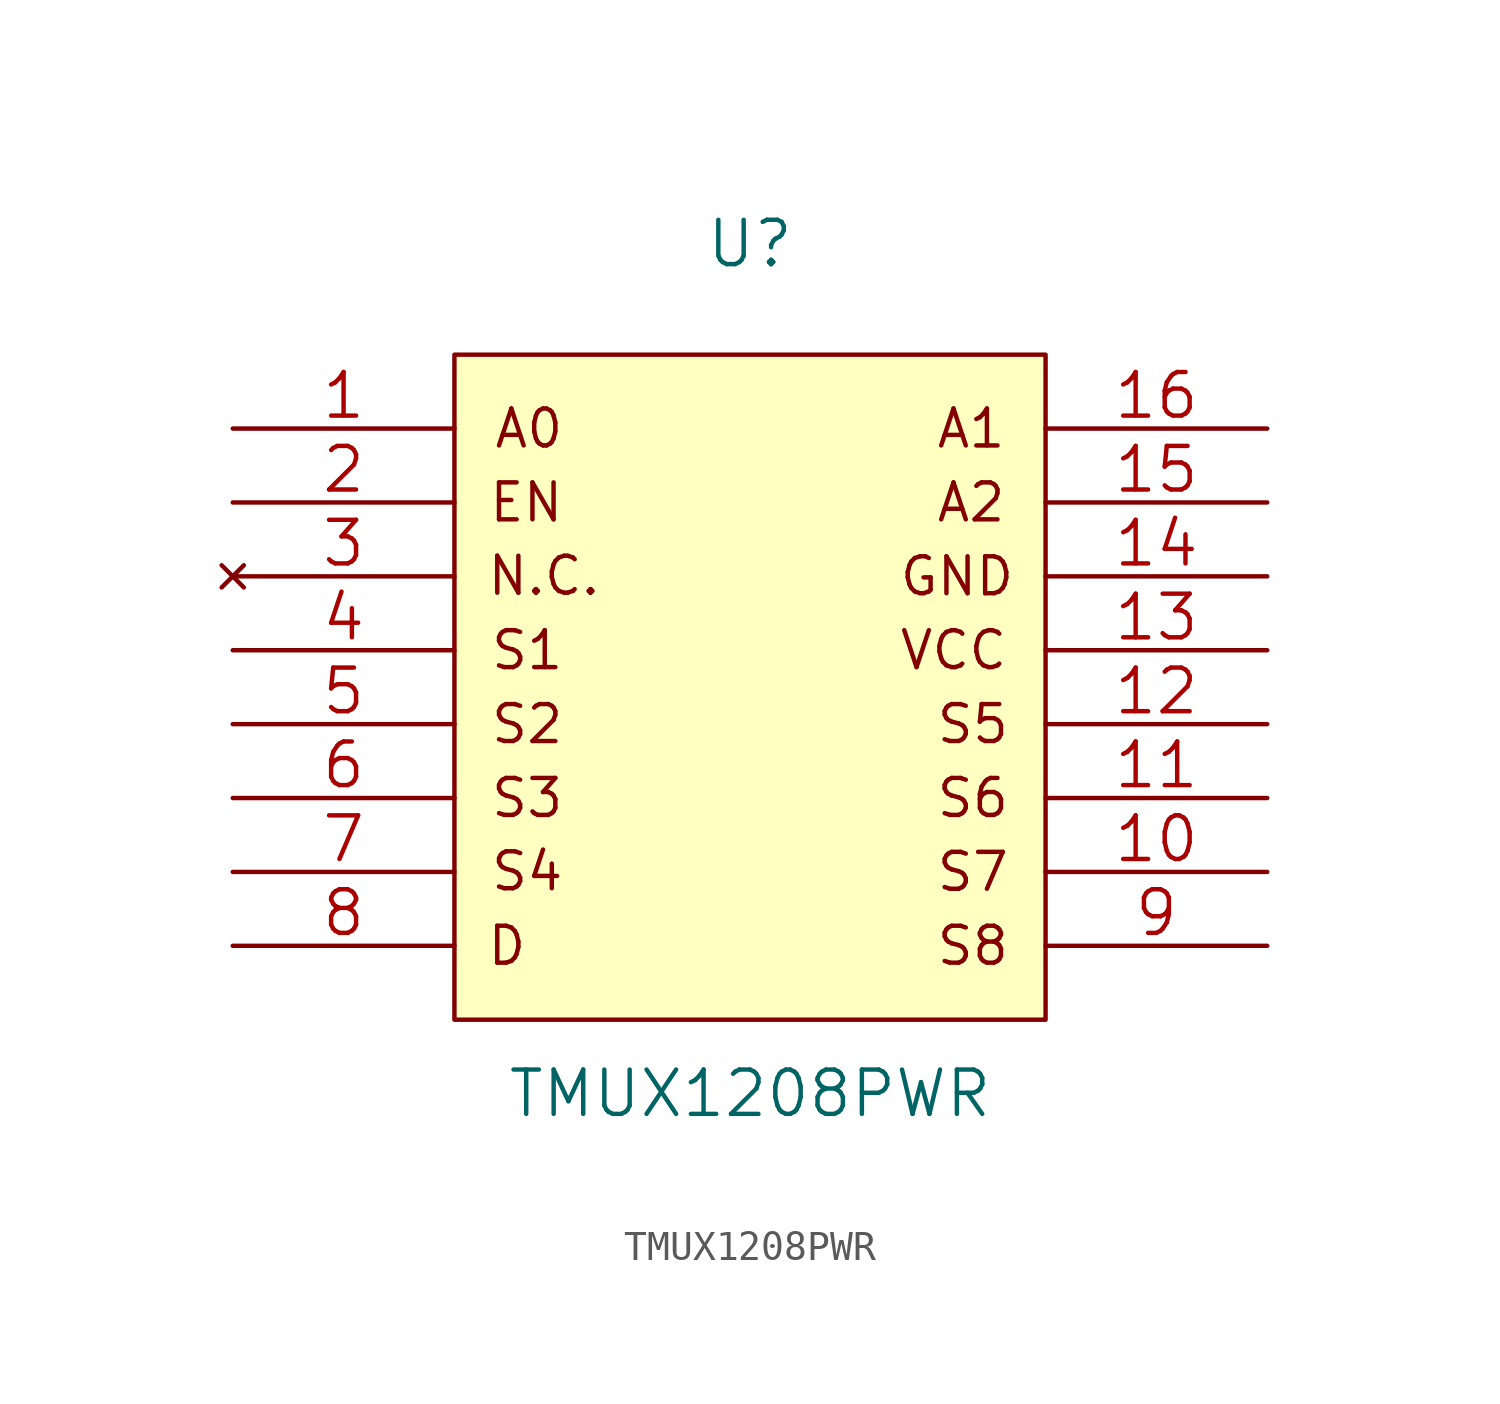
<source format=kicad_sym>
(kicad_symbol_lib
  (version 20211014)
  (generator kicad_symbol_editor)
  (symbol "TMUX1208PWR"
    (pin_names
      (offset 0) hide)
    (property "Reference" "U"
      (at 0 19.05 0)
      (effects (font (size 1.524 1.524))))
    (property "Value" "TMUX1208PWR"
      (at 0 -10.16 0)
      (effects (font (size 1.524 1.524))))
    (symbol "TMUX1208PWR_1_1"
      (rectangle (start -10.16 15.24) (end 10.16 -7.62) (stroke (width 0) (type default) (color 0 0 0 0)) (fill (type background)))
      (text "A0" (at -6.35 12.7 0) (effects (font (size 1.27 1.27)) (justify right)))
      (text "A1" (at 6.35 12.7 0) (effects (font (size 1.27 1.27)) (justify left)))
      (text "A2" (at 6.35 10.16 0) (effects (font (size 1.27 1.27)) (justify left)))
      (text "D" (at -7.62 -5.08 0) (effects (font (size 1.27 1.27)) (justify right)))
      (text "EN" (at -6.35 10.16 0) (effects (font (size 1.27 1.27)) (justify right)))
      (text "GND" (at 5.08 7.62 0) (effects (font (size 1.27 1.27)) (justify left)))
      (text "N.C." (at -5.08 8.382 0) (effects (font (size 1.27 1.27)) (justify right top)))
      (text "S1" (at -6.35 5.08 0) (effects (font (size 1.27 1.27)) (justify right)))
      (text "S2" (at -6.35 2.54 0) (effects (font (size 1.27 1.27)) (justify right)))
      (text "S3" (at -6.35 0 0) (effects (font (size 1.27 1.27)) (justify right)))
      (text "S4" (at -6.35 -1.778 0) (effects (font (size 1.27 1.27)) (justify right top)))
      (text "S5" (at 6.35 2.54 0) (effects (font (size 1.27 1.27)) (justify left)))
      (text "S6" (at 6.35 0 0) (effects (font (size 1.27 1.27)) (justify left)))
      (text "S7" (at 6.35 -2.54 0) (effects (font (size 1.27 1.27)) (justify left)))
      (text "S8" (at 6.35 -5.08 0) (effects (font (size 1.27 1.27)) (justify left)))
      (text "VCC" (at 5.08 5.08 0) (effects (font (size 1.27 1.27)) (justify left)))
      (pin input line (at -17.78 12.7 0) (length 7.62) (name "A0" (effects (font (size 1.499 1.499)))) (number "1" (effects (font (size 1.499 1.499)))))
      (pin bidirectional line (at 17.78 -2.54 180) (length 7.62) (name "S7" (effects (font (size 1.499 1.499)))) (number "10" (effects (font (size 1.499 1.499)))))
      (pin bidirectional line (at 17.78 0 180) (length 7.62) (name "S6" (effects (font (size 1.499 1.499)))) (number "11" (effects (font (size 1.499 1.499)))))
      (pin bidirectional line (at 17.78 2.54 180) (length 7.62) (name "S5" (effects (font (size 1.499 1.499)))) (number "12" (effects (font (size 1.499 1.499)))))
      (pin power_in line (at 17.78 5.08 180) (length 7.62) (name "VDD" (effects (font (size 1.499 1.499)))) (number "13" (effects (font (size 1.499 1.499)))))
      (pin power_in line (at 17.78 7.62 180) (length 7.62) (name "GND" (effects (font (size 1.499 1.499)))) (number "14" (effects (font (size 1.499 1.499)))))
      (pin input line (at 17.78 10.16 180) (length 7.62) (name "A2" (effects (font (size 1.499 1.499)))) (number "15" (effects (font (size 1.499 1.499)))))
      (pin input line (at 17.78 12.7 180) (length 7.62) (name "A1" (effects (font (size 1.499 1.499)))) (number "16" (effects (font (size 1.499 1.499)))))
      (pin input line (at -17.78 10.16 0) (length 7.62) (name "EN" (effects (font (size 1.499 1.499)))) (number "2" (effects (font (size 1.499 1.499)))))
      (pin no_connect line (at -17.78 7.62 0) (length 7.62) (name "N-C-" (effects (font (size 1.499 1.499)))) (number "3" (effects (font (size 1.499 1.499)))))
      (pin bidirectional line (at -17.78 5.08 0) (length 7.62) (name "S1" (effects (font (size 1.499 1.499)))) (number "4" (effects (font (size 1.499 1.499)))))
      (pin bidirectional line (at -17.78 2.54 0) (length 7.62) (name "S2" (effects (font (size 1.499 1.499)))) (number "5" (effects (font (size 1.499 1.499)))))
      (pin bidirectional line (at -17.78 0 0) (length 7.62) (name "S3" (effects (font (size 1.499 1.499)))) (number "6" (effects (font (size 1.499 1.499)))))
      (pin bidirectional line (at -17.78 -2.54 0) (length 7.62) (name "S4" (effects (font (size 1.499 1.499)))) (number "7" (effects (font (size 1.499 1.499)))))
      (pin bidirectional line (at -17.78 -5.08 0) (length 7.62) (name "D" (effects (font (size 1.499 1.499)))) (number "8" (effects (font (size 1.499 1.499)))))
      (pin bidirectional line (at 17.78 -5.08 180) (length 7.62) (name "S8" (effects (font (size 1.499 1.499)))) (number "9" (effects (font (size 1.499 1.499))))))))
</source>
